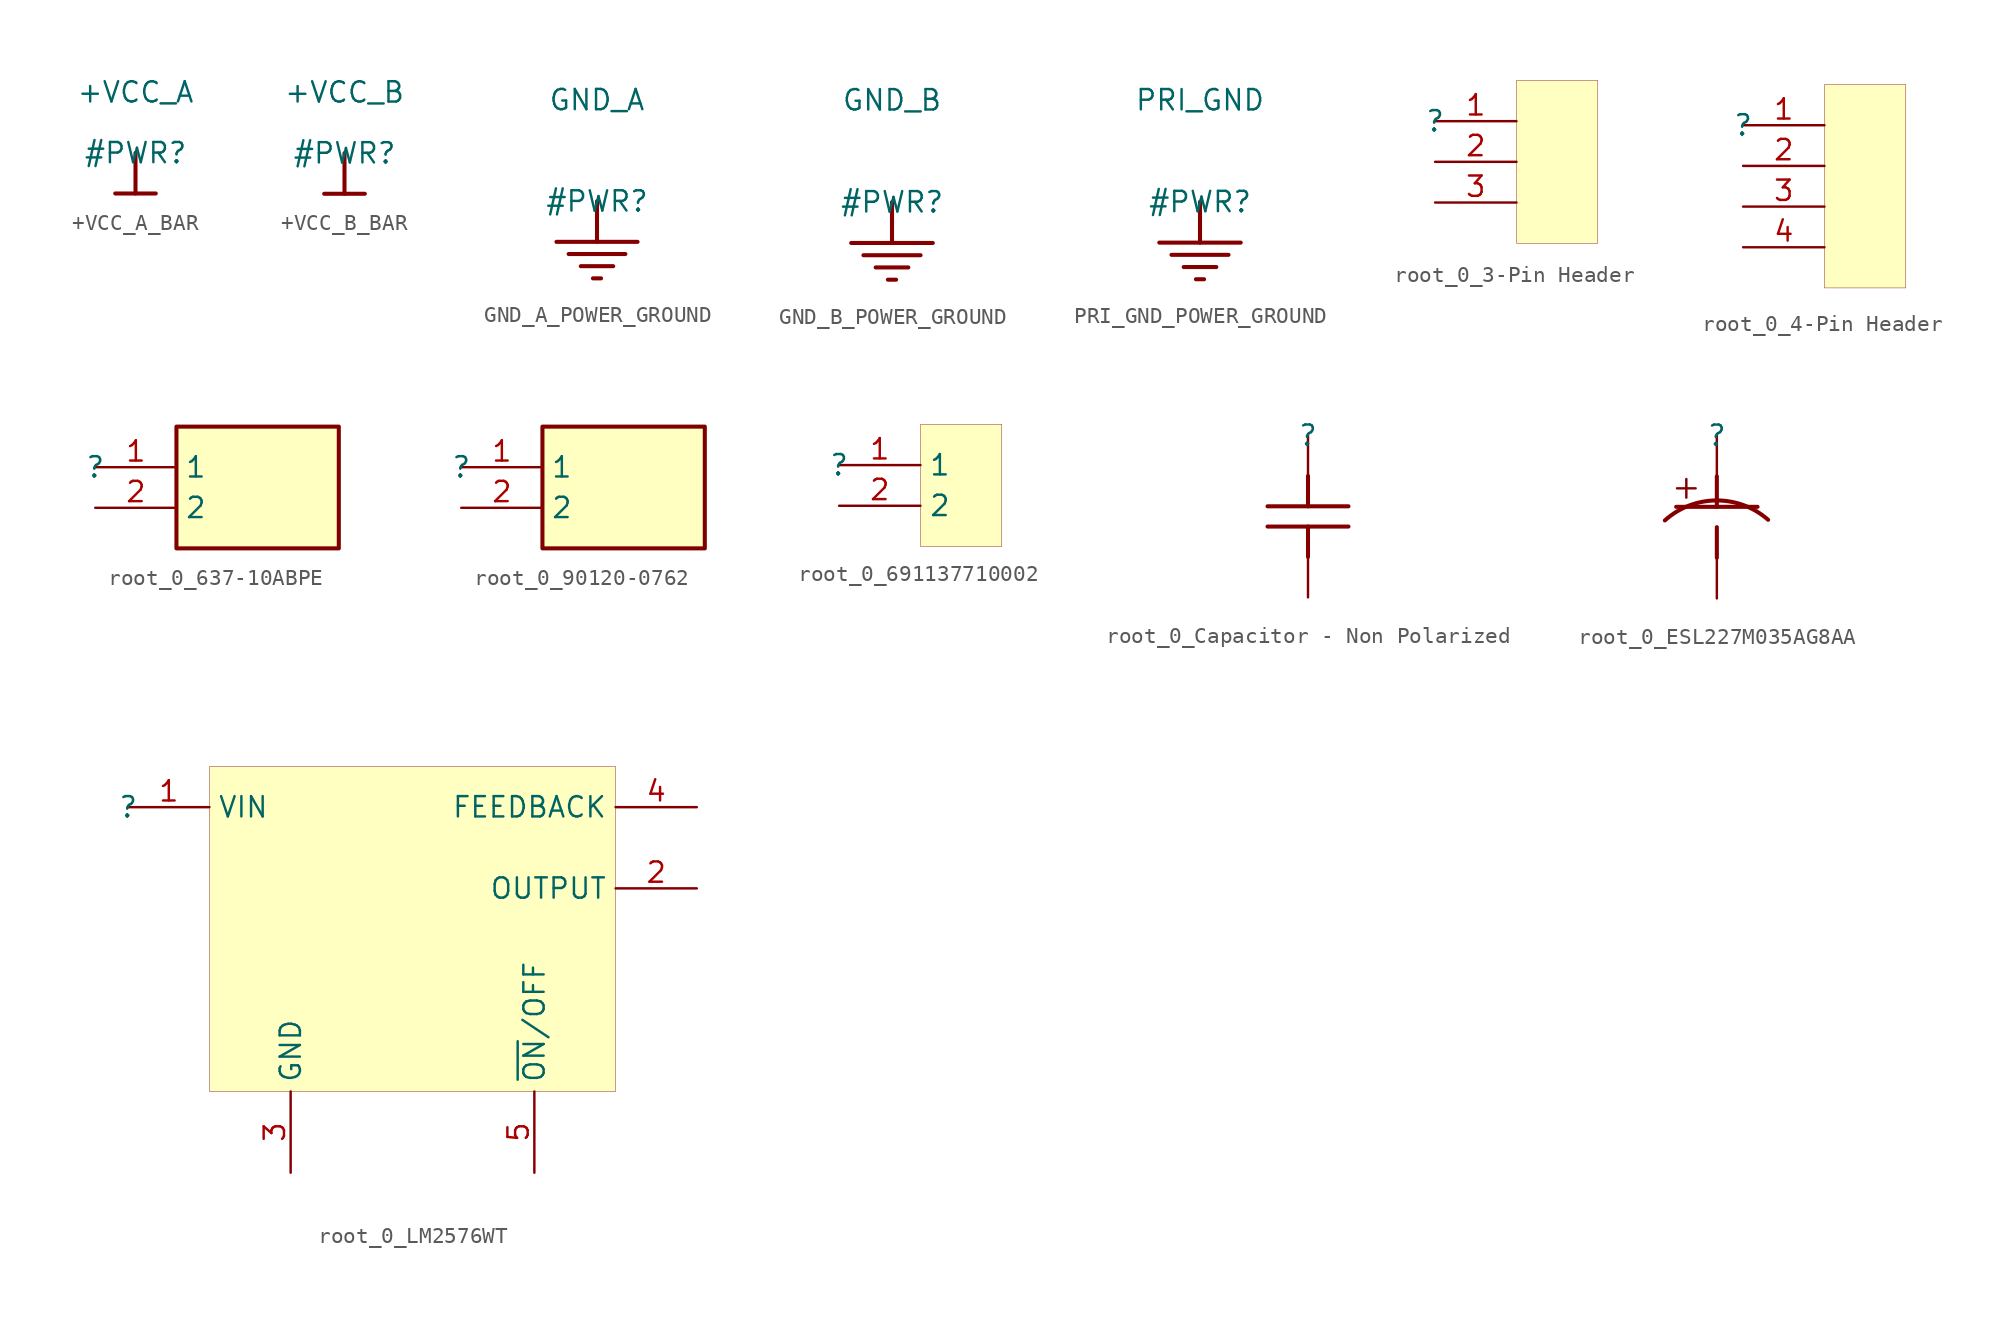
<source format=kicad_sym>
(kicad_symbol_lib
  (version 20231120)
  (generator "kicad_symbol_editor")
  (generator_version "8.0")
  (symbol "+VCC_A_BAR"
    (power)
    (property "Reference" "#PWR"
      (at 0 0 0)
      (effects (font (size 1.27 1.27))))
    (property "Value" "+VCC_A"
      (at 0 3.81 0)
      (effects (font (size 1.27 1.27))))
    (symbol "+VCC_A_BAR_0_0"
      (polyline (pts (xy -1.27 -2.54) (xy 1.27 -2.54)) (stroke (width 0.254) (type solid)) (fill (type none)))
      (polyline (pts (xy 0 0) (xy 0 -2.54)) (stroke (width 0.254) (type solid)) (fill (type none)))
      (pin power_in line (at 0 0 0) (length 0) hide (name "+VCC_A" (effects (font (size 1.27 1.27)))) (number "" (effects (font (size 1.27 1.27)))))))
  (symbol "+VCC_B_BAR"
    (power)
    (property "Reference" "#PWR"
      (at 0 0 0)
      (effects (font (size 1.27 1.27))))
    (property "Value" "+VCC_B"
      (at 0 3.81 0)
      (effects (font (size 1.27 1.27))))
    (symbol "+VCC_B_BAR_0_0"
      (polyline (pts (xy -1.27 -2.54) (xy 1.27 -2.54)) (stroke (width 0.254) (type solid)) (fill (type none)))
      (polyline (pts (xy 0 0) (xy 0 -2.54)) (stroke (width 0.254) (type solid)) (fill (type none)))
      (pin power_in line (at 0 0 0) (length 0) hide (name "+VCC_B" (effects (font (size 1.27 1.27)))) (number "" (effects (font (size 1.27 1.27)))))))
  (symbol "GND_A_POWER_GROUND"
    (power)
    (property "Reference" "#PWR"
      (at 0 0 0)
      (effects (font (size 1.27 1.27))))
    (property "Value" "GND_A"
      (at 0 6.35 0)
      (effects (font (size 1.27 1.27))))
    (symbol "GND_A_POWER_GROUND_0_0"
      (polyline (pts (xy -2.54 -2.54) (xy 2.54 -2.54)) (stroke (width 0.254) (type solid)) (fill (type none)))
      (polyline (pts (xy -1.778 -3.302) (xy 1.778 -3.302)) (stroke (width 0.254) (type solid)) (fill (type none)))
      (polyline (pts (xy -1.016 -4.064) (xy 1.016 -4.064)) (stroke (width 0.254) (type solid)) (fill (type none)))
      (polyline (pts (xy -0.254 -4.826) (xy 0.254 -4.826)) (stroke (width 0.254) (type solid)) (fill (type none)))
      (polyline (pts (xy 0 0) (xy 0 -2.54)) (stroke (width 0.254) (type solid)) (fill (type none)))
      (pin power_in line (at 0 0 0) (length 0) hide (name "GND_A" (effects (font (size 1.27 1.27)))) (number "" (effects (font (size 1.27 1.27)))))))
  (symbol "GND_B_POWER_GROUND"
    (power)
    (property "Reference" "#PWR"
      (at 0 0 0)
      (effects (font (size 1.27 1.27))))
    (property "Value" "GND_B"
      (at 0 6.35 0)
      (effects (font (size 1.27 1.27))))
    (symbol "GND_B_POWER_GROUND_0_0"
      (polyline (pts (xy -2.54 -2.54) (xy 2.54 -2.54)) (stroke (width 0.254) (type solid)) (fill (type none)))
      (polyline (pts (xy -1.778 -3.302) (xy 1.778 -3.302)) (stroke (width 0.254) (type solid)) (fill (type none)))
      (polyline (pts (xy -1.016 -4.064) (xy 1.016 -4.064)) (stroke (width 0.254) (type solid)) (fill (type none)))
      (polyline (pts (xy -0.254 -4.826) (xy 0.254 -4.826)) (stroke (width 0.254) (type solid)) (fill (type none)))
      (polyline (pts (xy 0 0) (xy 0 -2.54)) (stroke (width 0.254) (type solid)) (fill (type none)))
      (pin power_in line (at 0 0 0) (length 0) hide (name "GND_B" (effects (font (size 1.27 1.27)))) (number "" (effects (font (size 1.27 1.27)))))))
  (symbol "PRI_GND_POWER_GROUND"
    (power)
    (property "Reference" "#PWR"
      (at 0 0 0)
      (effects (font (size 1.27 1.27))))
    (property "Value" "PRI_GND"
      (at 0 6.35 0)
      (effects (font (size 1.27 1.27))))
    (symbol "PRI_GND_POWER_GROUND_0_0"
      (polyline (pts (xy -2.54 -2.54) (xy 2.54 -2.54)) (stroke (width 0.254) (type solid)) (fill (type none)))
      (polyline (pts (xy -1.778 -3.302) (xy 1.778 -3.302)) (stroke (width 0.254) (type solid)) (fill (type none)))
      (polyline (pts (xy -1.016 -4.064) (xy 1.016 -4.064)) (stroke (width 0.254) (type solid)) (fill (type none)))
      (polyline (pts (xy -0.254 -4.826) (xy 0.254 -4.826)) (stroke (width 0.254) (type solid)) (fill (type none)))
      (polyline (pts (xy 0 0) (xy 0 -2.54)) (stroke (width 0.254) (type solid)) (fill (type none)))
      (pin power_in line (at 0 0 0) (length 0) hide (name "PRI_GND" (effects (font (size 1.27 1.27)))) (number "" (effects (font (size 1.27 1.27)))))))
  (symbol "root_0_3-Pin Header"
    (property "Reference" ""
      (at 0 0 0)
      (effects (font (size 1.27 1.27))))
    (property "Value" ""
      (at 0 0 0)
      (effects (font (size 1.27 1.27))))
    (symbol "root_0_3-Pin Header_1_0"
      (rectangle (start 10.16 2.54) (end 5.08 -7.62) (stroke (width 0.025) (type solid) (color 128 0 0 1)) (fill (type background)))
      (pin passive line (at 0 0 0) (length 5.08) (name "" (effects (font (size 1.27 1.27)))) (number "1" (effects (font (size 1.27 1.27)))))
      (pin passive line (at 0 -2.54 0) (length 5.08) (name "" (effects (font (size 1.27 1.27)))) (number "2" (effects (font (size 1.27 1.27)))))
      (pin passive line (at 0 -5.08 0) (length 5.08) (name "" (effects (font (size 1.27 1.27)))) (number "3" (effects (font (size 1.27 1.27)))))))
  (symbol "root_0_4-Pin Header"
    (property "Reference" ""
      (at 0 0 0)
      (effects (font (size 1.27 1.27))))
    (property "Value" ""
      (at 0 0 0)
      (effects (font (size 1.27 1.27))))
    (symbol "root_0_4-Pin Header_1_0"
      (rectangle (start 10.16 2.54) (end 5.08 -10.16) (stroke (width 0.025) (type solid) (color 128 0 0 1)) (fill (type background)))
      (pin passive line (at 0 0 0) (length 5.08) (name "" (effects (font (size 1.27 1.27)))) (number "1" (effects (font (size 1.27 1.27)))))
      (pin passive line (at 0 -2.54 0) (length 5.08) (name "" (effects (font (size 1.27 1.27)))) (number "2" (effects (font (size 1.27 1.27)))))
      (pin passive line (at 0 -5.08 0) (length 5.08) (name "" (effects (font (size 1.27 1.27)))) (number "3" (effects (font (size 1.27 1.27)))))
      (pin passive line (at 0 -7.62 0) (length 5.08) (name "" (effects (font (size 1.27 1.27)))) (number "4" (effects (font (size 1.27 1.27)))))))
  (symbol "root_0_637-10ABPE"
    (property "Reference" ""
      (at 0 0 0)
      (effects (font (size 1.27 1.27))))
    (property "Value" ""
      (at 0 0 0)
      (effects (font (size 1.27 1.27))))
    (symbol "root_0_637-10ABPE_1_0"
      (rectangle (start 15.24 2.54) (end 5.08 -5.08) (stroke (width 0.254) (type solid) (color 128 0 0 1)) (fill (type background)))
      (pin passive line (at 0 0 0) (length 5.08) (name "1" (effects (font (size 1.27 1.27)))) (number "1" (effects (font (size 1.27 1.27)))))
      (pin passive line (at 0 -2.54 0) (length 5.08) (name "2" (effects (font (size 1.27 1.27)))) (number "2" (effects (font (size 1.27 1.27)))))))
  (symbol "root_0_90120-0762"
    (property "Reference" ""
      (at 0 0 0)
      (effects (font (size 1.27 1.27))))
    (property "Value" ""
      (at 0 0 0)
      (effects (font (size 1.27 1.27))))
    (symbol "root_0_90120-0762_1_0"
      (rectangle (start 15.24 2.54) (end 5.08 -5.08) (stroke (width 0.254) (type solid) (color 128 0 0 1)) (fill (type background)))
      (pin passive line (at 0 0 0) (length 5.08) (name "1" (effects (font (size 1.27 1.27)))) (number "1" (effects (font (size 1.27 1.27)))))
      (pin passive line (at 0 -2.54 0) (length 5.08) (name "2" (effects (font (size 1.27 1.27)))) (number "2" (effects (font (size 1.27 1.27)))))))
  (symbol "root_0_691137710002"
    (property "Reference" ""
      (at 0 0 0)
      (effects (font (size 1.27 1.27))))
    (property "Value" ""
      (at 0 0 0)
      (effects (font (size 1.27 1.27))))
    (symbol "root_0_691137710002_1_0"
      (rectangle (start 10.16 2.54) (end 5.08 -5.08) (stroke (width 0.025) (type solid) (color 128 0 0 1)) (fill (type background)))
      (pin passive line (at 0 0 0) (length 5.08) (name "1" (effects (font (size 1.27 1.27)))) (number "1" (effects (font (size 1.27 1.27)))))
      (pin passive line (at 0 -2.54 0) (length 5.08) (name "2" (effects (font (size 1.27 1.27)))) (number "2" (effects (font (size 1.27 1.27)))))))
  (symbol "root_0_Capacitor - Non Polarized"
    (property "Reference" ""
      (at 0 0 0)
      (effects (font (size 1.27 1.27))))
    (property "Value" ""
      (at 0 0 0)
      (effects (font (size 1.27 1.27))))
    (symbol "root_0_Capacitor - Non Polarized_1_0"
      (polyline (pts (xy -2.54 -4.445) (xy 2.54 -4.445)) (stroke (width 0.254) (type solid)) (fill (type none)))
      (polyline (pts (xy 0 -7.62) (xy 0 -5.715)) (stroke (width 0.254) (type solid)) (fill (type none)))
      (polyline (pts (xy 0 -2.54) (xy 0 -4.445)) (stroke (width 0.254) (type solid)) (fill (type none)))
      (polyline (pts (xy 2.54 -5.715) (xy -2.54 -5.715)) (stroke (width 0.254) (type solid)) (fill (type none)))
      (pin passive line (at 0 0 270) (length 2.54) (name "" (effects (font (size 1.27 1.27)))) (number "1" (effects (font (size 0 0)))))
      (pin passive line (at 0 -10.16 90) (length 2.54) (name "" (effects (font (size 0 0)))) (number "2" (effects (font (size 0 0)))))))
  (symbol "root_0_ESL227M035AG8AA"
    (property "Reference" ""
      (at 0 0 0)
      (effects (font (size 1.27 1.27))))
    (property "Value" ""
      (at 0 0 0)
      (effects (font (size 1.27 1.27))))
    (symbol "root_0_ESL227M035AG8AA_1_0"
      (polyline (pts (xy -2.54 -4.445) (xy 2.54 -4.445)) (stroke (width 0.254) (type solid)) (fill (type none)))
      (polyline (pts (xy 0 -7.62) (xy 0 -5.715)) (stroke (width 0.254) (type solid)) (fill (type none)))
      (polyline (pts (xy 0 -2.54) (xy 0 -4.445)) (stroke (width 0.254) (type solid)) (fill (type none)))
      (arc (start 3.2015 -5.2562) (mid -0.0292 -4.0471) (end -3.2451 -5.2951) (stroke (width 0.254) (type solid)) (fill (type none)))
      (text "+" (at -1.905 -3.175 0) (effects (font (size 1.524 1.524))))
      (pin passive line (at 0 0 270) (length 2.54) (name "" (effects (font (size 1.27 1.27)))) (number "1" (effects (font (size 0 0)))))
      (pin passive line (at 0 -10.16 90) (length 2.54) (name "" (effects (font (size 0 0)))) (number "2" (effects (font (size 0 0)))))))
  (symbol "root_0_LM2576WT"
    (property "Reference" ""
      (at 0 0 0)
      (effects (font (size 1.27 1.27))))
    (property "Value" ""
      (at 0 0 0)
      (effects (font (size 1.27 1.27))))
    (symbol "root_0_LM2576WT_1_0"
      (rectangle (start 30.48 2.54) (end 5.08 -17.78) (stroke (width 0.025) (type solid) (color 128 0 0 1)) (fill (type background)))
      (pin passive line (at 0 0 0) (length 5.08) (name "VIN" (effects (font (size 1.27 1.27)))) (number "1" (effects (font (size 1.27 1.27)))))
      (pin passive line (at 35.56 -5.08 180) (length 5.08) (name "OUTPUT" (effects (font (size 1.27 1.27)))) (number "2" (effects (font (size 1.27 1.27)))))
      (pin passive line (at 10.16 -22.86 90) (length 5.08) (name "GND" (effects (font (size 1.27 1.27)))) (number "3" (effects (font (size 1.27 1.27)))))
      (pin passive line (at 35.56 0 180) (length 5.08) (name "FEEDBACK" (effects (font (size 1.27 1.27)))) (number "4" (effects (font (size 1.27 1.27)))))
      (pin passive line (at 25.4 -22.86 90) (length 5.08) (name "~{ON}/OFF" (effects (font (size 1.27 1.27)))) (number "5" (effects (font (size 1.27 1.27))))))))
</source>
